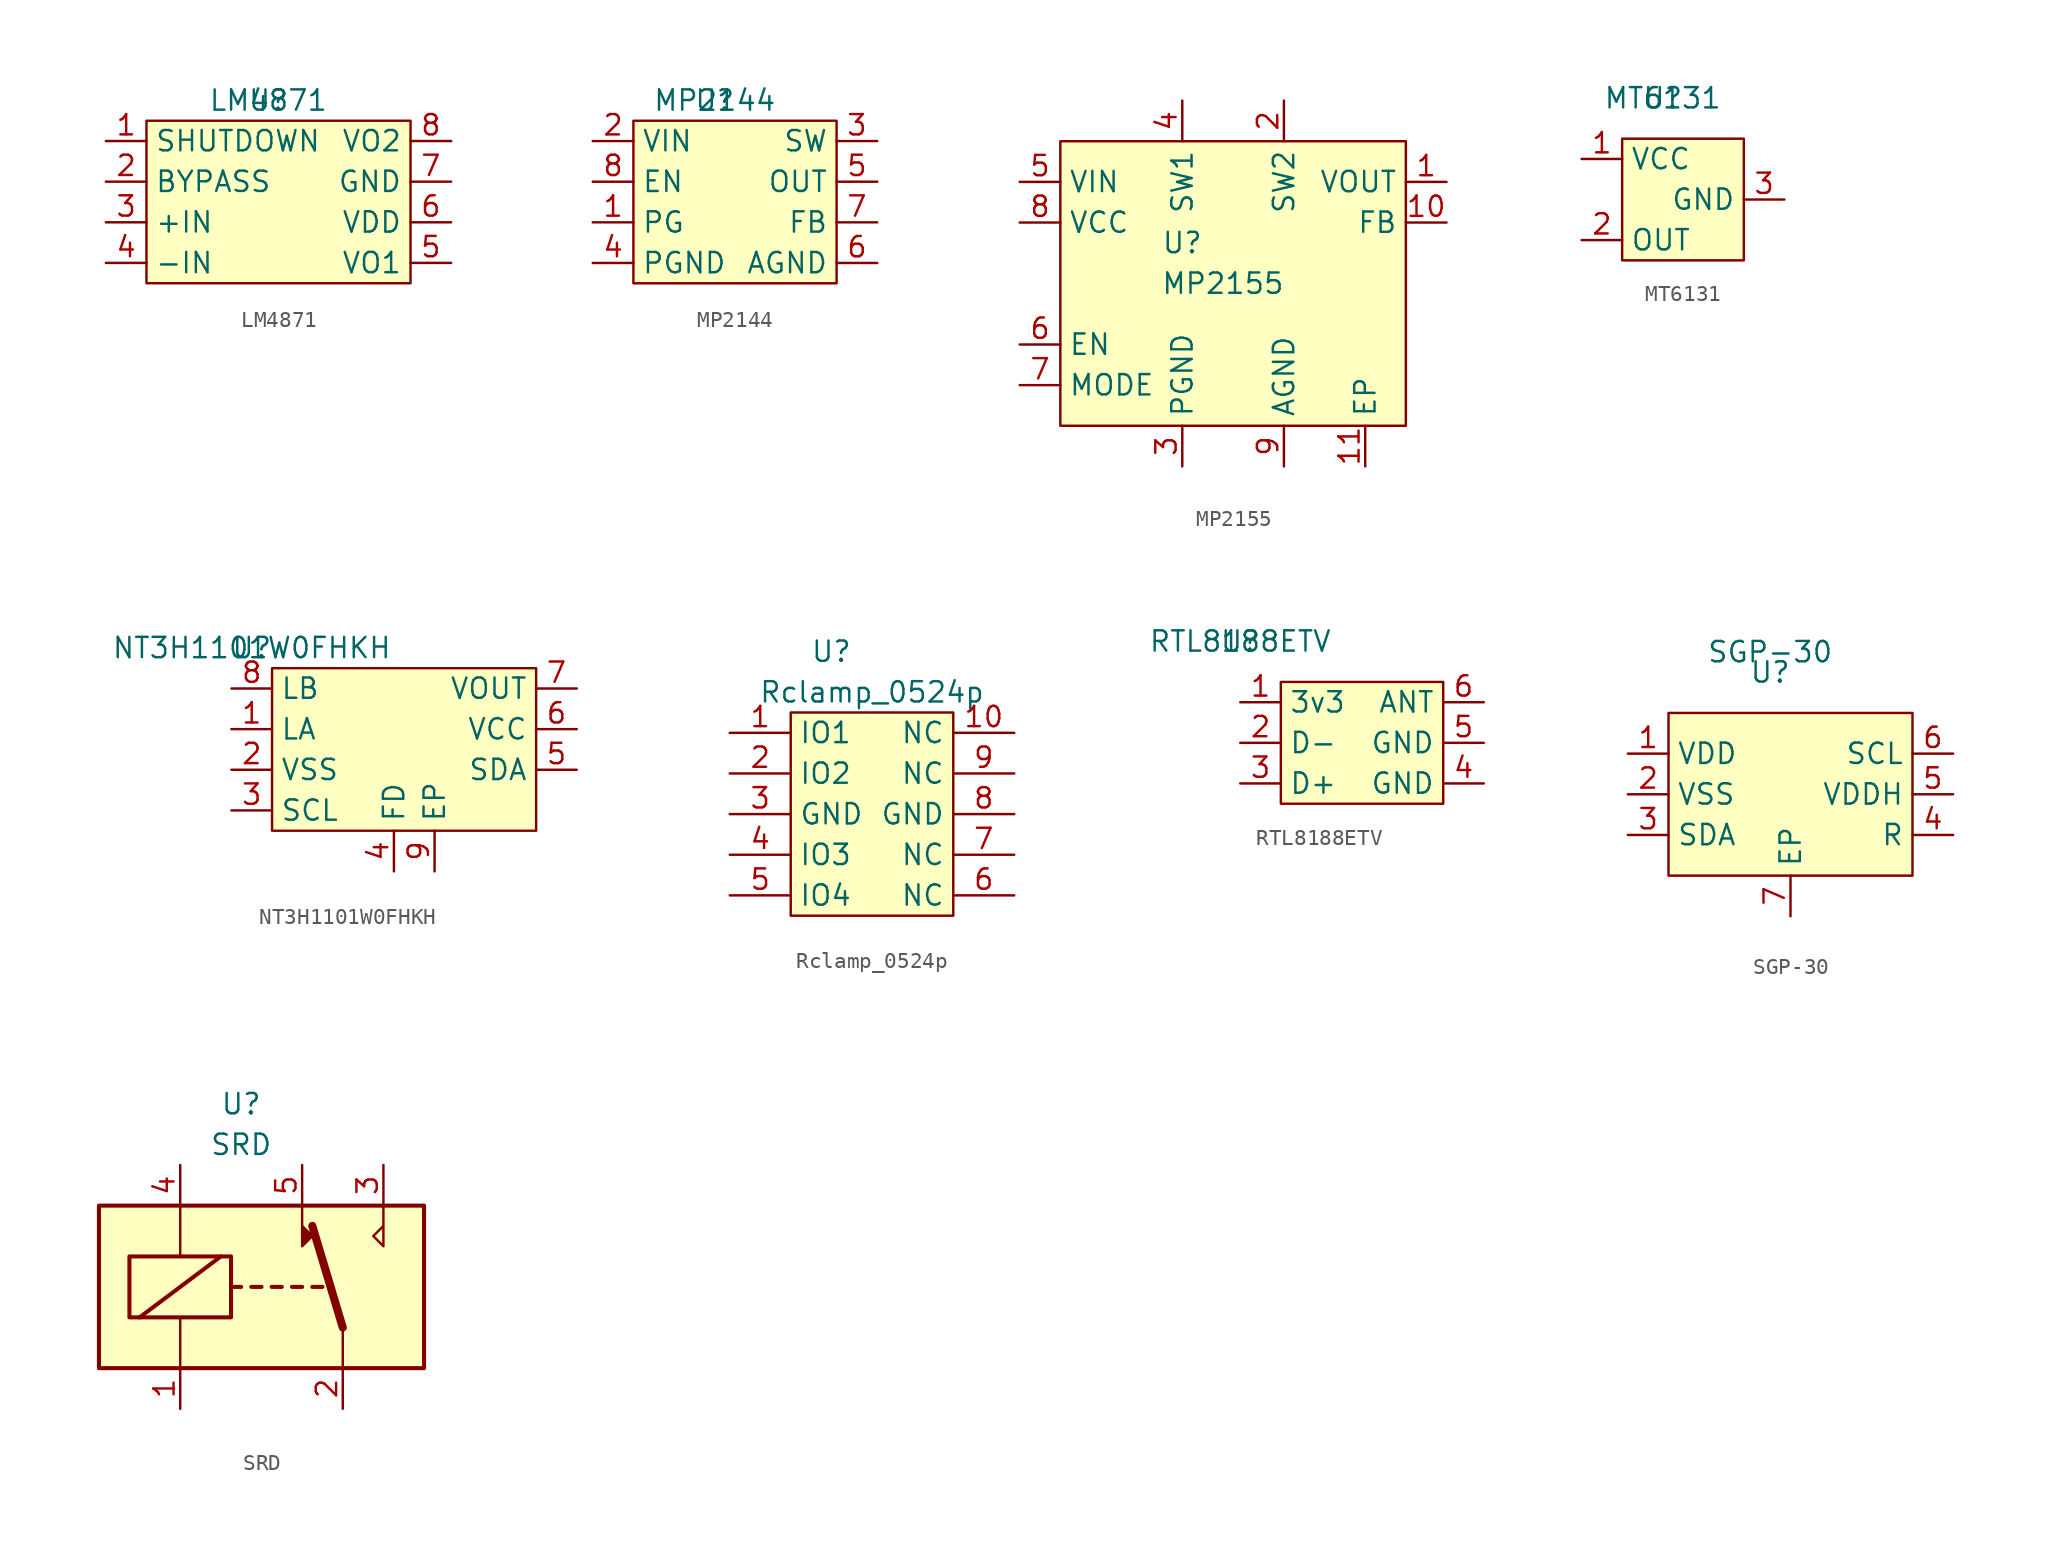
<source format=kicad_sym>
(kicad_symbol_lib
  (version 20211014)
  (generator kicad_symbol_editor)
  (symbol "LM4871"
    (property "Reference" "U"
      (at 0 0 0)
      (effects (font (size 1.27 1.27))))
    (property "Value" "LM4871"
      (at 0 0 0)
      (effects (font (size 1.27 1.27))))
    (symbol "LM4871_0_1"
      (rectangle (start -7.62 -1.27) (end 8.89 -11.43) (stroke (width 0.152) (type default) (color 0 0 0 0)) (fill (type background))))
    (symbol "LM4871_1_1"
      (pin input line (at -10.16 -2.54 0) (length 2.54) (name "SHUTDOWN" (effects (font (size 1.27 1.27)))) (number "1" (effects (font (size 1.27 1.27)))))
      (pin input line (at -10.16 -5.08 0) (length 2.54) (name "BYPASS" (effects (font (size 1.27 1.27)))) (number "2" (effects (font (size 1.27 1.27)))))
      (pin input line (at -10.16 -7.62 0) (length 2.54) (name "+IN" (effects (font (size 1.27 1.27)))) (number "3" (effects (font (size 1.27 1.27)))))
      (pin input line (at -10.16 -10.16 0) (length 2.54) (name "-IN" (effects (font (size 1.27 1.27)))) (number "4" (effects (font (size 1.27 1.27)))))
      (pin input line (at 11.43 -10.16 180) (length 2.54) (name "VO1" (effects (font (size 1.27 1.27)))) (number "5" (effects (font (size 1.27 1.27)))))
      (pin input line (at 11.43 -7.62 180) (length 2.54) (name "VDD" (effects (font (size 1.27 1.27)))) (number "6" (effects (font (size 1.27 1.27)))))
      (pin input line (at 11.43 -5.08 180) (length 2.54) (name "GND" (effects (font (size 1.27 1.27)))) (number "7" (effects (font (size 1.27 1.27)))))
      (pin input line (at 11.43 -2.54 180) (length 2.54) (name "VO2" (effects (font (size 1.27 1.27)))) (number "8" (effects (font (size 1.27 1.27)))))))
  (symbol "MP2144"
    (property "Reference" "U"
      (at -1.27 0 0)
      (effects (font (size 1.27 1.27))))
    (property "Value" "MP2144"
      (at -1.27 0 0)
      (effects (font (size 1.27 1.27))))
    (symbol "MP2144_0_1"
      (rectangle (start -6.35 -1.27) (end 6.35 -11.43) (stroke (width 0.152) (type default) (color 0 0 0 0)) (fill (type background))))
    (symbol "MP2144_1_1"
      (pin input line (at -8.89 -7.62 0) (length 2.54) (name "PG" (effects (font (size 1.27 1.27)))) (number "1" (effects (font (size 1.27 1.27)))))
      (pin input line (at -8.89 -2.54 0) (length 2.54) (name "VIN" (effects (font (size 1.27 1.27)))) (number "2" (effects (font (size 1.27 1.27)))))
      (pin input line (at 8.89 -2.54 180) (length 2.54) (name "SW" (effects (font (size 1.27 1.27)))) (number "3" (effects (font (size 1.27 1.27)))))
      (pin input line (at -8.89 -10.16 0) (length 2.54) (name "PGND" (effects (font (size 1.27 1.27)))) (number "4" (effects (font (size 1.27 1.27)))))
      (pin input line (at 8.89 -5.08 180) (length 2.54) (name "OUT" (effects (font (size 1.27 1.27)))) (number "5" (effects (font (size 1.27 1.27)))))
      (pin input line (at 8.89 -10.16 180) (length 2.54) (name "AGND" (effects (font (size 1.27 1.27)))) (number "6" (effects (font (size 1.27 1.27)))))
      (pin input line (at 8.89 -7.62 180) (length 2.54) (name "FB" (effects (font (size 1.27 1.27)))) (number "7" (effects (font (size 1.27 1.27)))))
      (pin input line (at -8.89 -5.08 0) (length 2.54) (name "EN" (effects (font (size 1.27 1.27)))) (number "8" (effects (font (size 1.27 1.27)))))))
  (symbol "MP2155"
    (property "Reference" "U"
      (at -2.54 2.54 0)
      (effects (font (size 1.27 1.27))))
    (property "Value" "MP2155"
      (at 0 0 0)
      (effects (font (size 1.27 1.27))))
    (symbol "MP2155_0_1"
      (rectangle (start -10.16 8.89) (end 11.43 -8.89) (stroke (width 0) (type default) (color 0 0 0 0)) (fill (type background))))
    (symbol "MP2155_1_1"
      (pin free line (at 13.97 6.35 180) (length 2.54) (name "VOUT" (effects (font (size 1.27 1.27)))) (number "1" (effects (font (size 1.27 1.27)))))
      (pin free line (at 13.97 3.81 180) (length 2.54) (name "FB" (effects (font (size 1.27 1.27)))) (number "10" (effects (font (size 1.27 1.27)))))
      (pin free line (at 8.89 -11.43 90) (length 2.54) (name "EP" (effects (font (size 1.27 1.27)))) (number "11" (effects (font (size 1.27 1.27)))))
      (pin free line (at 3.81 11.43 270) (length 2.54) (name "SW2" (effects (font (size 1.27 1.27)))) (number "2" (effects (font (size 1.27 1.27)))))
      (pin free line (at -2.54 -11.43 90) (length 2.54) (name "PGND" (effects (font (size 1.27 1.27)))) (number "3" (effects (font (size 1.27 1.27)))))
      (pin free line (at -2.54 11.43 270) (length 2.54) (name "SW1" (effects (font (size 1.27 1.27)))) (number "4" (effects (font (size 1.27 1.27)))))
      (pin free line (at -12.7 6.35 0) (length 2.54) (name "VIN" (effects (font (size 1.27 1.27)))) (number "5" (effects (font (size 1.27 1.27)))))
      (pin free line (at -12.7 -3.81 0) (length 2.54) (name "EN" (effects (font (size 1.27 1.27)))) (number "6" (effects (font (size 1.27 1.27)))))
      (pin free line (at -12.7 -6.35 0) (length 2.54) (name "MODE" (effects (font (size 1.27 1.27)))) (number "7" (effects (font (size 1.27 1.27)))))
      (pin free line (at -12.7 3.81 0) (length 2.54) (name "VCC" (effects (font (size 1.27 1.27)))) (number "8" (effects (font (size 1.27 1.27)))))
      (pin free line (at 3.81 -11.43 90) (length 2.54) (name "AGND" (effects (font (size 1.27 1.27)))) (number "9" (effects (font (size 1.27 1.27)))))))
  (symbol "MT6131"
    (property "Reference" "U"
      (at 0 0 0)
      (effects (font (size 1.27 1.27))))
    (property "Value" "MT6131"
      (at 0 0 0)
      (effects (font (size 1.27 1.27))))
    (symbol "MT6131_0_1"
      (rectangle (start -2.54 -2.54) (end 5.08 -10.16) (stroke (width 0) (type default) (color 0 0 0 0)) (fill (type background))))
    (symbol "MT6131_1_1"
      (pin power_in line (at -5.08 -3.81 0) (length 2.54) (name "VCC" (effects (font (size 1.27 1.27)))) (number "1" (effects (font (size 1.27 1.27)))))
      (pin output line (at -5.08 -8.89 0) (length 2.54) (name "OUT" (effects (font (size 1.27 1.27)))) (number "2" (effects (font (size 1.27 1.27)))))
      (pin power_out line (at 7.62 -6.35 180) (length 2.54) (name "GND" (effects (font (size 1.27 1.27)))) (number "3" (effects (font (size 1.27 1.27)))))))
  (symbol "NT3H1101W0FHKH"
    (property "Reference" "U"
      (at 0 0 0)
      (effects (font (size 1.27 1.27))))
    (property "Value" "NT3H1101W0FHKH"
      (at 0 0 0)
      (effects (font (size 1.27 1.27))))
    (symbol "NT3H1101W0FHKH_0_1"
      (rectangle (start 1.27 -1.27) (end 17.78 -11.43) (stroke (width 0.152) (type default) (color 0 0 0 0)) (fill (type background))))
    (symbol "NT3H1101W0FHKH_1_1"
      (pin input line (at -1.27 -5.08 0) (length 2.54) (name "LA" (effects (font (size 1.27 1.27)))) (number "1" (effects (font (size 1.27 1.27)))))
      (pin input line (at -1.27 -7.62 0) (length 2.54) (name "VSS" (effects (font (size 1.27 1.27)))) (number "2" (effects (font (size 1.27 1.27)))))
      (pin input line (at -1.27 -10.16 0) (length 2.54) (name "SCL" (effects (font (size 1.27 1.27)))) (number "3" (effects (font (size 1.27 1.27)))))
      (pin input line (at 8.89 -13.97 90) (length 2.54) (name "FD" (effects (font (size 1.27 1.27)))) (number "4" (effects (font (size 1.27 1.27)))))
      (pin input line (at 20.32 -7.62 180) (length 2.54) (name "SDA" (effects (font (size 1.27 1.27)))) (number "5" (effects (font (size 1.27 1.27)))))
      (pin input line (at 20.32 -5.08 180) (length 2.54) (name "VCC" (effects (font (size 1.27 1.27)))) (number "6" (effects (font (size 1.27 1.27)))))
      (pin input line (at 20.32 -2.54 180) (length 2.54) (name "VOUT" (effects (font (size 1.27 1.27)))) (number "7" (effects (font (size 1.27 1.27)))))
      (pin input line (at -1.27 -2.54 0) (length 2.54) (name "LB" (effects (font (size 1.27 1.27)))) (number "8" (effects (font (size 1.27 1.27)))))
      (pin input line (at 11.43 -13.97 90) (length 2.54) (name "EP" (effects (font (size 1.27 1.27)))) (number "9" (effects (font (size 1.27 1.27)))))))
  (symbol "Rclamp_0524p"
    (property "Reference" "U"
      (at 2.54 2.54 0)
      (effects (font (size 1.27 1.27))))
    (property "Value" "Rclamp_0524p"
      (at 5.08 0 0)
      (effects (font (size 1.27 1.27))))
    (symbol "Rclamp_0524p_0_1"
      (rectangle (start 0 -1.27) (end 10.16 -13.97) (stroke (width 0.152) (type default) (color 0 0 0 0)) (fill (type background))))
    (symbol "Rclamp_0524p_1_1"
      (pin passive line (at -3.81 -2.54 0) (length 3.81) (name "IO1" (effects (font (size 1.27 1.27)))) (number "1" (effects (font (size 1.27 1.27)))))
      (pin passive line (at 13.97 -2.54 180) (length 3.81) (name "NC" (effects (font (size 1.27 1.27)))) (number "10" (effects (font (size 1.27 1.27)))))
      (pin passive line (at -3.81 -5.08 0) (length 3.81) (name "IO2" (effects (font (size 1.27 1.27)))) (number "2" (effects (font (size 1.27 1.27)))))
      (pin passive line (at -3.81 -7.62 0) (length 3.81) (name "GND" (effects (font (size 1.27 1.27)))) (number "3" (effects (font (size 1.27 1.27)))))
      (pin passive line (at -3.81 -10.16 0) (length 3.81) (name "IO3" (effects (font (size 1.27 1.27)))) (number "4" (effects (font (size 1.27 1.27)))))
      (pin passive line (at -3.81 -12.7 0) (length 3.81) (name "IO4" (effects (font (size 1.27 1.27)))) (number "5" (effects (font (size 1.27 1.27)))))
      (pin passive line (at 13.97 -12.7 180) (length 3.81) (name "NC" (effects (font (size 1.27 1.27)))) (number "6" (effects (font (size 1.27 1.27)))))
      (pin passive line (at 13.97 -10.16 180) (length 3.81) (name "NC" (effects (font (size 1.27 1.27)))) (number "7" (effects (font (size 1.27 1.27)))))
      (pin passive line (at 13.97 -7.62 180) (length 3.81) (name "GND" (effects (font (size 1.27 1.27)))) (number "8" (effects (font (size 1.27 1.27)))))
      (pin passive line (at 13.97 -5.08 180) (length 3.81) (name "NC" (effects (font (size 1.27 1.27)))) (number "9" (effects (font (size 1.27 1.27)))))))
  (symbol "RTL8188ETV"
    (property "Reference" "U"
      (at 0 0 0)
      (effects (font (size 1.27 1.27))))
    (property "Value" "RTL8188ETV"
      (at 0 0 0)
      (effects (font (size 1.27 1.27))))
    (symbol "RTL8188ETV_0_1"
      (rectangle (start 2.54 -2.54) (end 12.7 -10.16) (stroke (width 0.152) (type default) (color 0 0 0 0)) (fill (type background))))
    (symbol "RTL8188ETV_1_1"
      (pin input line (at 0 -3.81 0) (length 2.54) (name "3v3" (effects (font (size 1.27 1.27)))) (number "1" (effects (font (size 1.27 1.27)))))
      (pin input line (at 0 -6.35 0) (length 2.54) (name "D-" (effects (font (size 1.27 1.27)))) (number "2" (effects (font (size 1.27 1.27)))))
      (pin input line (at 0 -8.89 0) (length 2.54) (name "D+" (effects (font (size 1.27 1.27)))) (number "3" (effects (font (size 1.27 1.27)))))
      (pin input line (at 15.24 -8.89 180) (length 2.54) (name "GND" (effects (font (size 1.27 1.27)))) (number "4" (effects (font (size 1.27 1.27)))))
      (pin input line (at 15.24 -6.35 180) (length 2.54) (name "GND" (effects (font (size 1.27 1.27)))) (number "5" (effects (font (size 1.27 1.27)))))
      (pin input line (at 15.24 -3.81 180) (length 2.54) (name "ANT" (effects (font (size 1.27 1.27)))) (number "6" (effects (font (size 1.27 1.27)))))))
  (symbol "SGP-30"
    (property "Reference" "U"
      (at -1.27 2.54 0)
      (effects (font (size 1.27 1.27))))
    (property "Value" "SGP-30"
      (at -1.27 3.81 0)
      (effects (font (size 1.27 1.27))))
    (symbol "SGP-30_0_1"
      (rectangle (start -7.62 0) (end 7.62 -10.16) (stroke (width 0) (type default) (color 0 0 0 0)) (fill (type background))))
    (symbol "SGP-30_1_1"
      (pin passive line (at -10.16 -2.54 0) (length 2.54) (name "VDD" (effects (font (size 1.27 1.27)))) (number "1" (effects (font (size 1.27 1.27)))))
      (pin passive line (at -10.16 -5.08 0) (length 2.54) (name "VSS" (effects (font (size 1.27 1.27)))) (number "2" (effects (font (size 1.27 1.27)))))
      (pin passive line (at -10.16 -7.62 0) (length 2.54) (name "SDA" (effects (font (size 1.27 1.27)))) (number "3" (effects (font (size 1.27 1.27)))))
      (pin passive line (at 10.16 -7.62 180) (length 2.54) (name "R" (effects (font (size 1.27 1.27)))) (number "4" (effects (font (size 1.27 1.27)))))
      (pin passive line (at 10.16 -5.08 180) (length 2.54) (name "VDDH" (effects (font (size 1.27 1.27)))) (number "5" (effects (font (size 1.27 1.27)))))
      (pin passive line (at 10.16 -2.54 180) (length 2.54) (name "SCL" (effects (font (size 1.27 1.27)))) (number "6" (effects (font (size 1.27 1.27)))))
      (pin passive line (at 0 -12.7 90) (length 2.54) (name "EP" (effects (font (size 1.27 1.27)))) (number "7" (effects (font (size 1.27 1.27)))))))
  (symbol "SRD"
    (property "Reference" "U"
      (at 0 10.16 0)
      (effects (font (size 1.27 1.27))))
    (property "Value" "SRD"
      (at 0 7.62 0)
      (effects (font (size 1.27 1.27))))
    (symbol "SRD_0_0"
      (polyline (pts (xy 8.89 3.81) (xy 8.89 1.27) (xy 8.255 1.905) (xy 8.89 2.54)) (stroke (width 0) (type default) (color 0 0 0 0)) (fill (type none))))
    (symbol "SRD_0_1"
      (rectangle (start -8.89 3.81) (end 11.43 -6.35) (stroke (width 0.254) (type default) (color 0 0 0 0)) (fill (type background)))
      (rectangle (start -6.985 0.635) (end -0.635 -3.175) (stroke (width 0.254) (type default) (color 0 0 0 0)) (fill (type none)))
      (polyline (pts (xy -6.35 -3.175) (xy -1.27 0.635)) (stroke (width 0.254) (type default) (color 0 0 0 0)) (fill (type none)))
      (polyline (pts (xy -3.81 -6.35) (xy -3.81 -3.175)) (stroke (width 0) (type default) (color 0 0 0 0)) (fill (type none)))
      (polyline (pts (xy -3.81 3.81) (xy -3.81 0.635)) (stroke (width 0) (type default) (color 0 0 0 0)) (fill (type none)))
      (polyline (pts (xy -0.635 -1.27) (xy 0 -1.27)) (stroke (width 0.254) (type default) (color 0 0 0 0)) (fill (type none)))
      (polyline (pts (xy 0.635 -1.27) (xy 1.27 -1.27)) (stroke (width 0.254) (type default) (color 0 0 0 0)) (fill (type none)))
      (polyline (pts (xy 1.905 -1.27) (xy 2.54 -1.27)) (stroke (width 0.254) (type default) (color 0 0 0 0)) (fill (type none)))
      (polyline (pts (xy 3.175 -1.27) (xy 3.81 -1.27)) (stroke (width 0.254) (type default) (color 0 0 0 0)) (fill (type none)))
      (polyline (pts (xy 4.445 -1.27) (xy 5.08 -1.27)) (stroke (width 0.254) (type default) (color 0 0 0 0)) (fill (type none)))
      (polyline (pts (xy 6.35 -3.81) (xy 4.445 2.54)) (stroke (width 0.508) (type default) (color 0 0 0 0)) (fill (type none)))
      (polyline (pts (xy 6.35 -3.81) (xy 6.35 -6.35)) (stroke (width 0) (type default) (color 0 0 0 0)) (fill (type none))))
    (symbol "SRD_1_1"
      (polyline (pts (xy 3.81 2.54) (xy 4.445 1.905) (xy 3.81 1.27) (xy 3.81 3.81)) (stroke (width 0) (type default) (color 0 0 0 0)) (fill (type outline)))
      (pin passive line (at -3.81 -8.89 90) (length 2.54) (name "~" (effects (font (size 1.27 1.27)))) (number "1" (effects (font (size 1.27 1.27)))))
      (pin passive line (at 6.35 -8.89 90) (length 2.54) (name "~" (effects (font (size 1.27 1.27)))) (number "2" (effects (font (size 1.27 1.27)))))
      (pin passive line (at 8.89 6.35 270) (length 2.54) (name "~" (effects (font (size 1.27 1.27)))) (number "3" (effects (font (size 1.27 1.27)))))
      (pin passive line (at -3.81 6.35 270) (length 2.54) (name "~" (effects (font (size 1.27 1.27)))) (number "4" (effects (font (size 1.27 1.27)))))
      (pin passive line (at 3.81 6.35 270) (length 2.54) (name "~" (effects (font (size 1.27 1.27)))) (number "5" (effects (font (size 1.27 1.27))))))))
</source>
